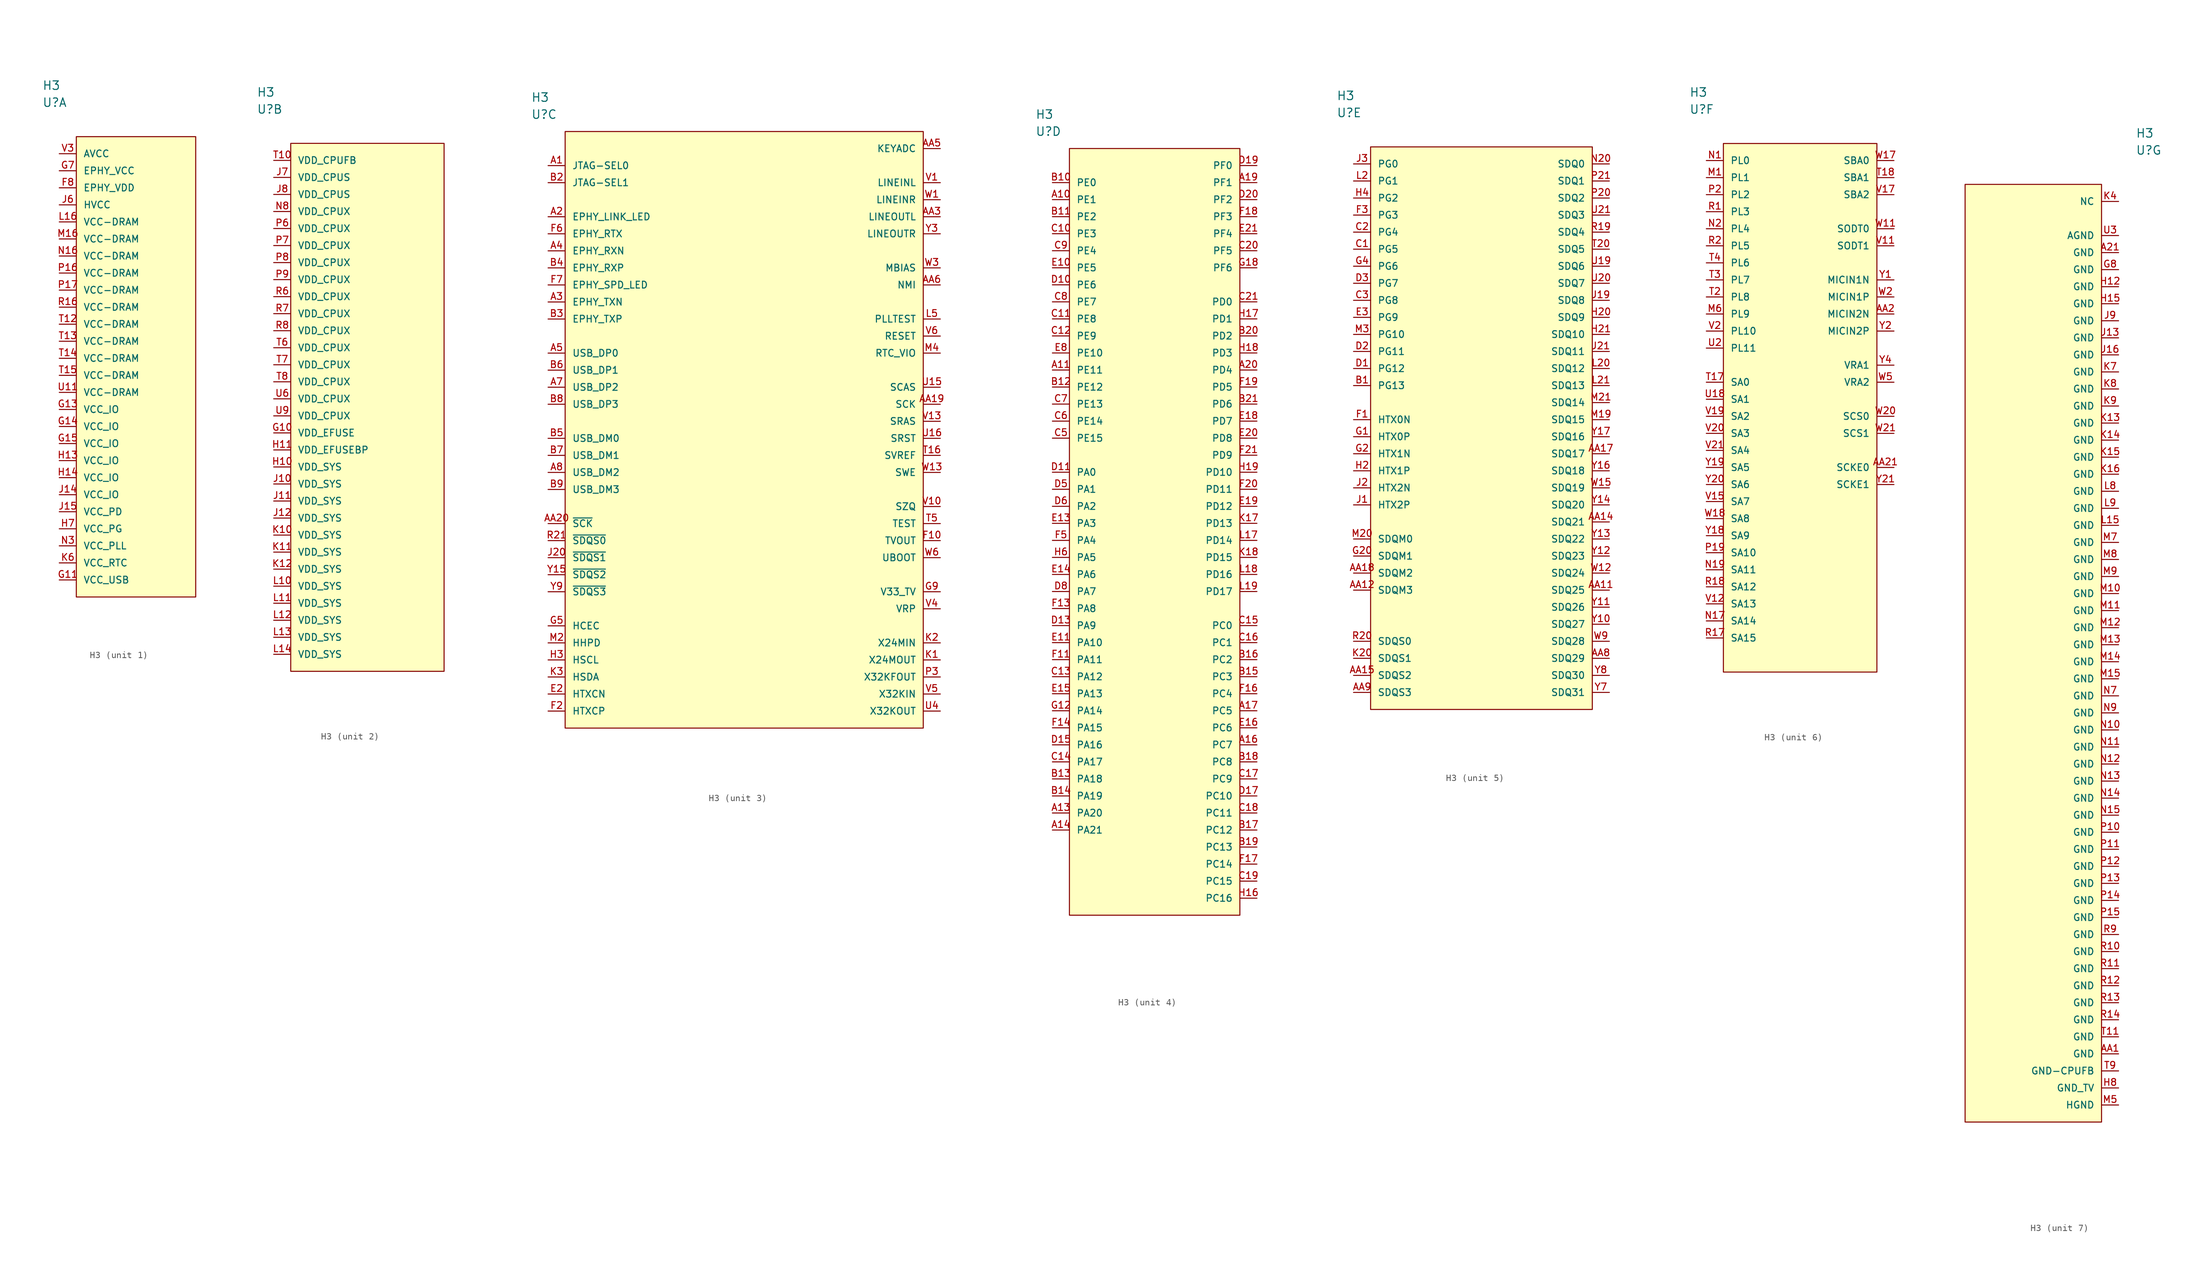
<source format=kicad_sym>
(kicad_symbol_lib
  (version 20211014)
  (generator kicad_symbol_editor)
  (symbol "H3"
    (pin_names
      (offset 1.016))
    (property "Reference" "U"
      (at 0 7.62 0)
      (effects (font (size 1.27 1.27)) (justify left)))
    (property "Value" "H3"
      (at 0 10.16 0)
      (effects (font (size 1.27 1.27)) (justify left)))
    (property "ki_locked" ""
      (at 0 0 0)
      (effects (font (size 1.27 1.27))))
    (symbol "H3_1_1"
      (rectangle (start 5.08 2.54) (end 22.86 -66.04) (stroke (width 0) (type default) (color 0 0 0 0)) (fill (type background)))
      (pin power_in line (at 2.54 -5.08 0) (length 2.54) (name "EPHY_VDD" (effects (font (size 1.016 1.016)))) (number "F8" (effects (font (size 1.016 1.016)))))
      (pin power_in line (at 2.54 -63.5 0) (length 2.54) (name "VCC_USB" (effects (font (size 1.016 1.016)))) (number "G11" (effects (font (size 1.016 1.016)))))
      (pin power_in line (at 2.54 -38.1 0) (length 2.54) (name "VCC_IO" (effects (font (size 1.016 1.016)))) (number "G13" (effects (font (size 1.016 1.016)))))
      (pin power_in line (at 2.54 -40.64 0) (length 2.54) (name "VCC_IO" (effects (font (size 1.016 1.016)))) (number "G14" (effects (font (size 1.016 1.016)))))
      (pin power_in line (at 2.54 -43.18 0) (length 2.54) (name "VCC_IO" (effects (font (size 1.016 1.016)))) (number "G15" (effects (font (size 1.016 1.016)))))
      (pin power_in line (at 2.54 -2.54 0) (length 2.54) (name "EPHY_VCC" (effects (font (size 1.016 1.016)))) (number "G7" (effects (font (size 1.016 1.016)))))
      (pin power_in line (at 2.54 -45.72 0) (length 2.54) (name "VCC_IO" (effects (font (size 1.016 1.016)))) (number "H13" (effects (font (size 1.016 1.016)))))
      (pin power_in line (at 2.54 -48.26 0) (length 2.54) (name "VCC_IO" (effects (font (size 1.016 1.016)))) (number "H14" (effects (font (size 1.016 1.016)))))
      (pin power_in line (at 2.54 -55.88 0) (length 2.54) (name "VCC_PG" (effects (font (size 1.016 1.016)))) (number "H7" (effects (font (size 1.016 1.016)))))
      (pin power_in line (at 2.54 -50.8 0) (length 2.54) (name "VCC_IO" (effects (font (size 1.016 1.016)))) (number "J14" (effects (font (size 1.016 1.016)))))
      (pin power_in line (at 2.54 -53.34 0) (length 2.54) (name "VCC_PD" (effects (font (size 1.016 1.016)))) (number "J15" (effects (font (size 1.016 1.016)))))
      (pin power_in line (at 2.54 -7.62 0) (length 2.54) (name "HVCC" (effects (font (size 1.016 1.016)))) (number "J6" (effects (font (size 1.016 1.016)))))
      (pin power_in line (at 2.54 -60.96 0) (length 2.54) (name "VCC_RTC" (effects (font (size 1.016 1.016)))) (number "K6" (effects (font (size 1.016 1.016)))))
      (pin power_in line (at 2.54 -10.16 0) (length 2.54) (name "VCC-DRAM" (effects (font (size 1.016 1.016)))) (number "L16" (effects (font (size 1.016 1.016)))))
      (pin power_in line (at 2.54 -12.7 0) (length 2.54) (name "VCC-DRAM" (effects (font (size 1.016 1.016)))) (number "M16" (effects (font (size 1.016 1.016)))))
      (pin power_in line (at 2.54 -15.24 0) (length 2.54) (name "VCC-DRAM" (effects (font (size 1.016 1.016)))) (number "N16" (effects (font (size 1.016 1.016)))))
      (pin power_in line (at 2.54 -58.42 0) (length 2.54) (name "VCC_PLL" (effects (font (size 1.016 1.016)))) (number "N3" (effects (font (size 1.016 1.016)))))
      (pin power_in line (at 2.54 -17.78 0) (length 2.54) (name "VCC-DRAM" (effects (font (size 1.016 1.016)))) (number "P16" (effects (font (size 1.016 1.016)))))
      (pin power_in line (at 2.54 -20.32 0) (length 2.54) (name "VCC-DRAM" (effects (font (size 1.016 1.016)))) (number "P17" (effects (font (size 1.016 1.016)))))
      (pin power_in line (at 2.54 -22.86 0) (length 2.54) (name "VCC-DRAM" (effects (font (size 1.016 1.016)))) (number "R16" (effects (font (size 1.016 1.016)))))
      (pin power_in line (at 2.54 -25.4 0) (length 2.54) (name "VCC-DRAM" (effects (font (size 1.016 1.016)))) (number "T12" (effects (font (size 1.016 1.016)))))
      (pin power_in line (at 2.54 -27.94 0) (length 2.54) (name "VCC-DRAM" (effects (font (size 1.016 1.016)))) (number "T13" (effects (font (size 1.016 1.016)))))
      (pin power_in line (at 2.54 -30.48 0) (length 2.54) (name "VCC-DRAM" (effects (font (size 1.016 1.016)))) (number "T14" (effects (font (size 1.016 1.016)))))
      (pin power_in line (at 2.54 -33.02 0) (length 2.54) (name "VCC-DRAM" (effects (font (size 1.016 1.016)))) (number "T15" (effects (font (size 1.016 1.016)))))
      (pin power_in line (at 2.54 -35.56 0) (length 2.54) (name "VCC-DRAM" (effects (font (size 1.016 1.016)))) (number "U11" (effects (font (size 1.016 1.016)))))
      (pin power_in line (at 2.54 0 0) (length 2.54) (name "AVCC" (effects (font (size 1.016 1.016)))) (number "V3" (effects (font (size 1.016 1.016))))))
    (symbol "H3_2_1"
      (rectangle (start 5.08 2.54) (end 27.94 -76.2) (stroke (width 0) (type default) (color 0 0 0 0)) (fill (type background)))
      (pin power_in line (at 2.54 -40.64 0) (length 2.54) (name "VDD_EFUSE" (effects (font (size 1.016 1.016)))) (number "G10" (effects (font (size 1.016 1.016)))))
      (pin power_in line (at 2.54 -45.72 0) (length 2.54) (name "VDD_SYS" (effects (font (size 1.016 1.016)))) (number "H10" (effects (font (size 1.016 1.016)))))
      (pin power_in line (at 2.54 -43.18 0) (length 2.54) (name "VDD_EFUSEBP" (effects (font (size 1.016 1.016)))) (number "H11" (effects (font (size 1.016 1.016)))))
      (pin power_in line (at 2.54 -48.26 0) (length 2.54) (name "VDD_SYS" (effects (font (size 1.016 1.016)))) (number "J10" (effects (font (size 1.016 1.016)))))
      (pin power_in line (at 2.54 -50.8 0) (length 2.54) (name "VDD_SYS" (effects (font (size 1.016 1.016)))) (number "J11" (effects (font (size 1.016 1.016)))))
      (pin power_in line (at 2.54 -53.34 0) (length 2.54) (name "VDD_SYS" (effects (font (size 1.016 1.016)))) (number "J12" (effects (font (size 1.016 1.016)))))
      (pin power_in line (at 2.54 -2.54 0) (length 2.54) (name "VDD_CPUS" (effects (font (size 1.016 1.016)))) (number "J7" (effects (font (size 1.016 1.016)))))
      (pin power_in line (at 2.54 -5.08 0) (length 2.54) (name "VDD_CPUS" (effects (font (size 1.016 1.016)))) (number "J8" (effects (font (size 1.016 1.016)))))
      (pin power_in line (at 2.54 -55.88 0) (length 2.54) (name "VDD_SYS" (effects (font (size 1.016 1.016)))) (number "K10" (effects (font (size 1.016 1.016)))))
      (pin power_in line (at 2.54 -58.42 0) (length 2.54) (name "VDD_SYS" (effects (font (size 1.016 1.016)))) (number "K11" (effects (font (size 1.016 1.016)))))
      (pin power_in line (at 2.54 -60.96 0) (length 2.54) (name "VDD_SYS" (effects (font (size 1.016 1.016)))) (number "K12" (effects (font (size 1.016 1.016)))))
      (pin power_in line (at 2.54 -63.5 0) (length 2.54) (name "VDD_SYS" (effects (font (size 1.016 1.016)))) (number "L10" (effects (font (size 1.016 1.016)))))
      (pin power_in line (at 2.54 -66.04 0) (length 2.54) (name "VDD_SYS" (effects (font (size 1.016 1.016)))) (number "L11" (effects (font (size 1.016 1.016)))))
      (pin power_in line (at 2.54 -68.58 0) (length 2.54) (name "VDD_SYS" (effects (font (size 1.016 1.016)))) (number "L12" (effects (font (size 1.016 1.016)))))
      (pin power_in line (at 2.54 -71.12 0) (length 2.54) (name "VDD_SYS" (effects (font (size 1.016 1.016)))) (number "L13" (effects (font (size 1.016 1.016)))))
      (pin power_in line (at 2.54 -73.66 0) (length 2.54) (name "VDD_SYS" (effects (font (size 1.016 1.016)))) (number "L14" (effects (font (size 1.016 1.016)))))
      (pin power_in line (at 2.54 -7.62 0) (length 2.54) (name "VDD_CPUX" (effects (font (size 1.016 1.016)))) (number "N8" (effects (font (size 1.016 1.016)))))
      (pin power_in line (at 2.54 -10.16 0) (length 2.54) (name "VDD_CPUX" (effects (font (size 1.016 1.016)))) (number "P6" (effects (font (size 1.016 1.016)))))
      (pin power_in line (at 2.54 -12.7 0) (length 2.54) (name "VDD_CPUX" (effects (font (size 1.016 1.016)))) (number "P7" (effects (font (size 1.016 1.016)))))
      (pin power_in line (at 2.54 -15.24 0) (length 2.54) (name "VDD_CPUX" (effects (font (size 1.016 1.016)))) (number "P8" (effects (font (size 1.016 1.016)))))
      (pin power_in line (at 2.54 -17.78 0) (length 2.54) (name "VDD_CPUX" (effects (font (size 1.016 1.016)))) (number "P9" (effects (font (size 1.016 1.016)))))
      (pin power_in line (at 2.54 -20.32 0) (length 2.54) (name "VDD_CPUX" (effects (font (size 1.016 1.016)))) (number "R6" (effects (font (size 1.016 1.016)))))
      (pin power_in line (at 2.54 -22.86 0) (length 2.54) (name "VDD_CPUX" (effects (font (size 1.016 1.016)))) (number "R7" (effects (font (size 1.016 1.016)))))
      (pin power_in line (at 2.54 -25.4 0) (length 2.54) (name "VDD_CPUX" (effects (font (size 1.016 1.016)))) (number "R8" (effects (font (size 1.016 1.016)))))
      (pin power_in line (at 2.54 0 0) (length 2.54) (name "VDD_CPUFB" (effects (font (size 1.016 1.016)))) (number "T10" (effects (font (size 1.016 1.016)))))
      (pin power_in line (at 2.54 -27.94 0) (length 2.54) (name "VDD_CPUX" (effects (font (size 1.016 1.016)))) (number "T6" (effects (font (size 1.016 1.016)))))
      (pin power_in line (at 2.54 -30.48 0) (length 2.54) (name "VDD_CPUX" (effects (font (size 1.016 1.016)))) (number "T7" (effects (font (size 1.016 1.016)))))
      (pin power_in line (at 2.54 -33.02 0) (length 2.54) (name "VDD_CPUX" (effects (font (size 1.016 1.016)))) (number "T8" (effects (font (size 1.016 1.016)))))
      (pin power_in line (at 2.54 -35.56 0) (length 2.54) (name "VDD_CPUX" (effects (font (size 1.016 1.016)))) (number "U6" (effects (font (size 1.016 1.016)))))
      (pin power_in line (at 2.54 -38.1 0) (length 2.54) (name "VDD_CPUX" (effects (font (size 1.016 1.016)))) (number "U9" (effects (font (size 1.016 1.016))))))
    (symbol "H3_3_1"
      (rectangle (start 5.08 5.08) (end 58.42 -83.82) (stroke (width 0) (type default) (color 0 0 0 0)) (fill (type background)))
      (pin input line (at 2.54 0 0) (length 2.54) (name "JTAG-SEL0" (effects (font (size 1.016 1.016)))) (number "A1" (effects (font (size 1.016 1.016)))))
      (pin output line (at 2.54 -7.62 0) (length 2.54) (name "EPHY_LINK_LED" (effects (font (size 1.016 1.016)))) (number "A2" (effects (font (size 1.016 1.016)))))
      (pin bidirectional line (at 2.54 -20.32 0) (length 2.54) (name "EPHY_TXN" (effects (font (size 1.016 1.016)))) (number "A3" (effects (font (size 1.016 1.016)))))
      (pin input line (at 2.54 -12.7 0) (length 2.54) (name "EPHY_RXN" (effects (font (size 1.016 1.016)))) (number "A4" (effects (font (size 1.016 1.016)))))
      (pin bidirectional line (at 2.54 -27.94 0) (length 2.54) (name "USB_DP0" (effects (font (size 1.016 1.016)))) (number "A5" (effects (font (size 1.016 1.016)))))
      (pin bidirectional line (at 2.54 -33.02 0) (length 2.54) (name "USB_DP2" (effects (font (size 1.016 1.016)))) (number "A7" (effects (font (size 1.016 1.016)))))
      (pin bidirectional line (at 2.54 -45.72 0) (length 2.54) (name "USB_DM2" (effects (font (size 1.016 1.016)))) (number "A8" (effects (font (size 1.016 1.016)))))
      (pin output line (at 60.96 -35.56 180) (length 2.54) (name "SCK" (effects (font (size 1.016 1.016)))) (number "AA19" (effects (font (size 1.016 1.016)))))
      (pin output line (at 2.54 -53.34 0) (length 2.54) (name "~{SCK}" (effects (font (size 1.016 1.016)))) (number "AA20" (effects (font (size 1.016 1.016)))))
      (pin output line (at 60.96 -7.62 180) (length 2.54) (name "LINEOUTL" (effects (font (size 1.016 1.016)))) (number "AA3" (effects (font (size 1.016 1.016)))))
      (pin input line (at 60.96 2.54 180) (length 2.54) (name "KEYADC" (effects (font (size 1.016 1.016)))) (number "AA5" (effects (font (size 1.016 1.016)))))
      (pin input line (at 60.96 -17.78 180) (length 2.54) (name "NMI" (effects (font (size 1.016 1.016)))) (number "AA6" (effects (font (size 1.016 1.016)))))
      (pin input line (at 2.54 -2.54 0) (length 2.54) (name "JTAG-SEL1" (effects (font (size 1.016 1.016)))) (number "B2" (effects (font (size 1.016 1.016)))))
      (pin bidirectional line (at 2.54 -22.86 0) (length 2.54) (name "EPHY_TXP" (effects (font (size 1.016 1.016)))) (number "B3" (effects (font (size 1.016 1.016)))))
      (pin input line (at 2.54 -15.24 0) (length 2.54) (name "EPHY_RXP" (effects (font (size 1.016 1.016)))) (number "B4" (effects (font (size 1.016 1.016)))))
      (pin bidirectional line (at 2.54 -40.64 0) (length 2.54) (name "USB_DM0" (effects (font (size 1.016 1.016)))) (number "B5" (effects (font (size 1.016 1.016)))))
      (pin bidirectional line (at 2.54 -30.48 0) (length 2.54) (name "USB_DP1" (effects (font (size 1.016 1.016)))) (number "B6" (effects (font (size 1.016 1.016)))))
      (pin bidirectional line (at 2.54 -43.18 0) (length 2.54) (name "USB_DM1" (effects (font (size 1.016 1.016)))) (number "B7" (effects (font (size 1.016 1.016)))))
      (pin bidirectional line (at 2.54 -35.56 0) (length 2.54) (name "USB_DP3" (effects (font (size 1.016 1.016)))) (number "B8" (effects (font (size 1.016 1.016)))))
      (pin bidirectional line (at 2.54 -48.26 0) (length 2.54) (name "USB_DM3" (effects (font (size 1.016 1.016)))) (number "B9" (effects (font (size 1.016 1.016)))))
      (pin output line (at 2.54 -78.74 0) (length 2.54) (name "HTXCN" (effects (font (size 1.016 1.016)))) (number "E2" (effects (font (size 1.016 1.016)))))
      (pin passive line (at 60.96 -55.88 180) (length 2.54) (name "TVOUT" (effects (font (size 1.016 1.016)))) (number "F10" (effects (font (size 1.016 1.016)))))
      (pin output line (at 2.54 -81.28 0) (length 2.54) (name "HTXCP" (effects (font (size 1.016 1.016)))) (number "F2" (effects (font (size 1.016 1.016)))))
      (pin input line (at 2.54 -10.16 0) (length 2.54) (name "EPHY_RTX" (effects (font (size 1.016 1.016)))) (number "F6" (effects (font (size 1.016 1.016)))))
      (pin output line (at 2.54 -17.78 0) (length 2.54) (name "EPHY_SPD_LED" (effects (font (size 1.016 1.016)))) (number "F7" (effects (font (size 1.016 1.016)))))
      (pin bidirectional line (at 2.54 -68.58 0) (length 2.54) (name "HCEC" (effects (font (size 1.016 1.016)))) (number "G5" (effects (font (size 1.016 1.016)))))
      (pin power_in line (at 60.96 -63.5 180) (length 2.54) (name "V33_TV" (effects (font (size 1.016 1.016)))) (number "G9" (effects (font (size 1.016 1.016)))))
      (pin output line (at 2.54 -73.66 0) (length 2.54) (name "HSCL" (effects (font (size 1.016 1.016)))) (number "H3" (effects (font (size 1.016 1.016)))))
      (pin bidirectional line (at 2.54 -58.42 0) (length 2.54) (name "~{SDQS1}" (effects (font (size 1.016 1.016)))) (number "J20" (effects (font (size 1.016 1.016)))))
      (pin output line (at 60.96 -73.66 180) (length 2.54) (name "X24MOUT" (effects (font (size 1.016 1.016)))) (number "K1" (effects (font (size 1.016 1.016)))))
      (pin input line (at 60.96 -71.12 180) (length 2.54) (name "X24MIN" (effects (font (size 1.016 1.016)))) (number "K2" (effects (font (size 1.016 1.016)))))
      (pin output line (at 2.54 -76.2 0) (length 2.54) (name "HSDA" (effects (font (size 1.016 1.016)))) (number "K3" (effects (font (size 1.016 1.016)))))
      (pin passive line (at 60.96 -22.86 180) (length 2.54) (name "PLLTEST" (effects (font (size 1.016 1.016)))) (number "L5" (effects (font (size 1.016 1.016)))))
      (pin bidirectional line (at 2.54 -71.12 0) (length 2.54) (name "HHPD" (effects (font (size 1.016 1.016)))) (number "M2" (effects (font (size 1.016 1.016)))))
      (pin power_in line (at 60.96 -27.94 180) (length 2.54) (name "RTC_VIO" (effects (font (size 1.016 1.016)))) (number "M4" (effects (font (size 1.016 1.016)))))
      (pin open_collector line (at 60.96 -76.2 180) (length 2.54) (name "X32KFOUT" (effects (font (size 1.016 1.016)))) (number "P3" (effects (font (size 1.016 1.016)))))
      (pin bidirectional line (at 2.54 -55.88 0) (length 2.54) (name "~{SDQS0}" (effects (font (size 1.016 1.016)))) (number "R21" (effects (font (size 1.016 1.016)))))
      (pin power_in line (at 60.96 -43.18 180) (length 2.54) (name "SVREF" (effects (font (size 1.016 1.016)))) (number "T16" (effects (font (size 1.016 1.016)))))
      (pin input line (at 60.96 -53.34 180) (length 2.54) (name "TEST" (effects (font (size 1.016 1.016)))) (number "T5" (effects (font (size 1.016 1.016)))))
      (pin output line (at 60.96 -33.02 180) (length 2.54) (name "SCAS" (effects (font (size 1.016 1.016)))) (number "U15" (effects (font (size 1.016 1.016)))))
      (pin output line (at 60.96 -40.64 180) (length 2.54) (name "SRST" (effects (font (size 1.016 1.016)))) (number "U16" (effects (font (size 1.016 1.016)))))
      (pin output line (at 60.96 -81.28 180) (length 2.54) (name "X32KOUT" (effects (font (size 1.016 1.016)))) (number "U4" (effects (font (size 1.016 1.016)))))
      (pin input line (at 60.96 -2.54 180) (length 2.54) (name "LINEINL" (effects (font (size 1.016 1.016)))) (number "V1" (effects (font (size 1.016 1.016)))))
      (pin passive line (at 60.96 -50.8 180) (length 2.54) (name "SZQ" (effects (font (size 1.016 1.016)))) (number "V10" (effects (font (size 1.016 1.016)))))
      (pin output line (at 60.96 -38.1 180) (length 2.54) (name "SRAS" (effects (font (size 1.016 1.016)))) (number "V13" (effects (font (size 1.016 1.016)))))
      (pin power_in line (at 60.96 -66.04 180) (length 2.54) (name "VRP" (effects (font (size 1.016 1.016)))) (number "V4" (effects (font (size 1.016 1.016)))))
      (pin input line (at 60.96 -78.74 180) (length 2.54) (name "X32KIN" (effects (font (size 1.016 1.016)))) (number "V5" (effects (font (size 1.016 1.016)))))
      (pin input line (at 60.96 -25.4 180) (length 2.54) (name "RESET" (effects (font (size 1.016 1.016)))) (number "V6" (effects (font (size 1.016 1.016)))))
      (pin input line (at 60.96 -5.08 180) (length 2.54) (name "LINEINR" (effects (font (size 1.016 1.016)))) (number "W1" (effects (font (size 1.016 1.016)))))
      (pin output line (at 60.96 -45.72 180) (length 2.54) (name "SWE" (effects (font (size 1.016 1.016)))) (number "W13" (effects (font (size 1.016 1.016)))))
      (pin output line (at 60.96 -15.24 180) (length 2.54) (name "MBIAS" (effects (font (size 1.016 1.016)))) (number "W3" (effects (font (size 1.016 1.016)))))
      (pin input line (at 60.96 -58.42 180) (length 2.54) (name "UBOOT" (effects (font (size 1.016 1.016)))) (number "W6" (effects (font (size 1.016 1.016)))))
      (pin bidirectional line (at 2.54 -60.96 0) (length 2.54) (name "~{SDQS2}" (effects (font (size 1.016 1.016)))) (number "Y15" (effects (font (size 1.016 1.016)))))
      (pin output line (at 60.96 -10.16 180) (length 2.54) (name "LINEOUTR" (effects (font (size 1.016 1.016)))) (number "Y3" (effects (font (size 1.016 1.016)))))
      (pin bidirectional line (at 2.54 -63.5 0) (length 2.54) (name "~{SDQS3}" (effects (font (size 1.016 1.016)))) (number "Y9" (effects (font (size 1.016 1.016))))))
    (symbol "H3_4_1"
      (rectangle (start 5.08 5.08) (end 30.48 -109.22) (stroke (width 0) (type default) (color 0 0 0 0)) (fill (type background)))
      (pin bidirectional line (at 2.54 -2.54 0) (length 2.54) (name "PE1" (effects (font (size 1.016 1.016)))) (number "A10" (effects (font (size 1.016 1.016)))))
      (pin bidirectional line (at 2.54 -27.94 0) (length 2.54) (name "PE11" (effects (font (size 1.016 1.016)))) (number "A11" (effects (font (size 1.016 1.016)))))
      (pin bidirectional line (at 2.54 -93.98 0) (length 2.54) (name "PA20" (effects (font (size 1.016 1.016)))) (number "A13" (effects (font (size 1.016 1.016)))))
      (pin bidirectional line (at 2.54 -96.52 0) (length 2.54) (name "PA21" (effects (font (size 1.016 1.016)))) (number "A14" (effects (font (size 1.016 1.016)))))
      (pin bidirectional line (at 33.02 -83.82 180) (length 2.54) (name "PC7" (effects (font (size 1.016 1.016)))) (number "A16" (effects (font (size 1.016 1.016)))))
      (pin bidirectional line (at 33.02 -78.74 180) (length 2.54) (name "PC5" (effects (font (size 1.016 1.016)))) (number "A17" (effects (font (size 1.016 1.016)))))
      (pin bidirectional line (at 33.02 0 180) (length 2.54) (name "PF1" (effects (font (size 1.016 1.016)))) (number "A19" (effects (font (size 1.016 1.016)))))
      (pin bidirectional line (at 33.02 -27.94 180) (length 2.54) (name "PD4" (effects (font (size 1.016 1.016)))) (number "A20" (effects (font (size 1.016 1.016)))))
      (pin bidirectional line (at 2.54 0 0) (length 2.54) (name "PE0" (effects (font (size 1.016 1.016)))) (number "B10" (effects (font (size 1.016 1.016)))))
      (pin bidirectional line (at 2.54 -5.08 0) (length 2.54) (name "PE2" (effects (font (size 1.016 1.016)))) (number "B11" (effects (font (size 1.016 1.016)))))
      (pin bidirectional line (at 2.54 -30.48 0) (length 2.54) (name "PE12" (effects (font (size 1.016 1.016)))) (number "B12" (effects (font (size 1.016 1.016)))))
      (pin bidirectional line (at 2.54 -88.9 0) (length 2.54) (name "PA18" (effects (font (size 1.016 1.016)))) (number "B13" (effects (font (size 1.016 1.016)))))
      (pin bidirectional line (at 2.54 -91.44 0) (length 2.54) (name "PA19" (effects (font (size 1.016 1.016)))) (number "B14" (effects (font (size 1.016 1.016)))))
      (pin bidirectional line (at 33.02 -73.66 180) (length 2.54) (name "PC3" (effects (font (size 1.016 1.016)))) (number "B15" (effects (font (size 1.016 1.016)))))
      (pin bidirectional line (at 33.02 -71.12 180) (length 2.54) (name "PC2" (effects (font (size 1.016 1.016)))) (number "B16" (effects (font (size 1.016 1.016)))))
      (pin bidirectional line (at 33.02 -96.52 180) (length 2.54) (name "PC12" (effects (font (size 1.016 1.016)))) (number "B17" (effects (font (size 1.016 1.016)))))
      (pin bidirectional line (at 33.02 -86.36 180) (length 2.54) (name "PC8" (effects (font (size 1.016 1.016)))) (number "B18" (effects (font (size 1.016 1.016)))))
      (pin bidirectional line (at 33.02 -99.06 180) (length 2.54) (name "PC13" (effects (font (size 1.016 1.016)))) (number "B19" (effects (font (size 1.016 1.016)))))
      (pin bidirectional line (at 33.02 -22.86 180) (length 2.54) (name "PD2" (effects (font (size 1.016 1.016)))) (number "B20" (effects (font (size 1.016 1.016)))))
      (pin bidirectional line (at 33.02 -33.02 180) (length 2.54) (name "PD6" (effects (font (size 1.016 1.016)))) (number "B21" (effects (font (size 1.016 1.016)))))
      (pin bidirectional line (at 2.54 -7.62 0) (length 2.54) (name "PE3" (effects (font (size 1.016 1.016)))) (number "C10" (effects (font (size 1.016 1.016)))))
      (pin bidirectional line (at 2.54 -20.32 0) (length 2.54) (name "PE8" (effects (font (size 1.016 1.016)))) (number "C11" (effects (font (size 1.016 1.016)))))
      (pin bidirectional line (at 2.54 -22.86 0) (length 2.54) (name "PE9" (effects (font (size 1.016 1.016)))) (number "C12" (effects (font (size 1.016 1.016)))))
      (pin bidirectional line (at 2.54 -73.66 0) (length 2.54) (name "PA12" (effects (font (size 1.016 1.016)))) (number "C13" (effects (font (size 1.016 1.016)))))
      (pin bidirectional line (at 2.54 -86.36 0) (length 2.54) (name "PA17" (effects (font (size 1.016 1.016)))) (number "C14" (effects (font (size 1.016 1.016)))))
      (pin bidirectional line (at 33.02 -66.04 180) (length 2.54) (name "PC0" (effects (font (size 1.016 1.016)))) (number "C15" (effects (font (size 1.016 1.016)))))
      (pin bidirectional line (at 33.02 -68.58 180) (length 2.54) (name "PC1" (effects (font (size 1.016 1.016)))) (number "C16" (effects (font (size 1.016 1.016)))))
      (pin bidirectional line (at 33.02 -88.9 180) (length 2.54) (name "PC9" (effects (font (size 1.016 1.016)))) (number "C17" (effects (font (size 1.016 1.016)))))
      (pin bidirectional line (at 33.02 -93.98 180) (length 2.54) (name "PC11" (effects (font (size 1.016 1.016)))) (number "C18" (effects (font (size 1.016 1.016)))))
      (pin bidirectional line (at 33.02 -104.14 180) (length 2.54) (name "PC15" (effects (font (size 1.016 1.016)))) (number "C19" (effects (font (size 1.016 1.016)))))
      (pin bidirectional line (at 33.02 -10.16 180) (length 2.54) (name "PF5" (effects (font (size 1.016 1.016)))) (number "C20" (effects (font (size 1.016 1.016)))))
      (pin bidirectional line (at 33.02 -17.78 180) (length 2.54) (name "PD0" (effects (font (size 1.016 1.016)))) (number "C21" (effects (font (size 1.016 1.016)))))
      (pin bidirectional line (at 2.54 -38.1 0) (length 2.54) (name "PE15" (effects (font (size 1.016 1.016)))) (number "C5" (effects (font (size 1.016 1.016)))))
      (pin bidirectional line (at 2.54 -35.56 0) (length 2.54) (name "PE14" (effects (font (size 1.016 1.016)))) (number "C6" (effects (font (size 1.016 1.016)))))
      (pin bidirectional line (at 2.54 -33.02 0) (length 2.54) (name "PE13" (effects (font (size 1.016 1.016)))) (number "C7" (effects (font (size 1.016 1.016)))))
      (pin bidirectional line (at 2.54 -17.78 0) (length 2.54) (name "PE7" (effects (font (size 1.016 1.016)))) (number "C8" (effects (font (size 1.016 1.016)))))
      (pin bidirectional line (at 2.54 -10.16 0) (length 2.54) (name "PE4" (effects (font (size 1.016 1.016)))) (number "C9" (effects (font (size 1.016 1.016)))))
      (pin bidirectional line (at 2.54 -15.24 0) (length 2.54) (name "PE6" (effects (font (size 1.016 1.016)))) (number "D10" (effects (font (size 1.016 1.016)))))
      (pin bidirectional line (at 2.54 -43.18 0) (length 2.54) (name "PA0" (effects (font (size 1.016 1.016)))) (number "D11" (effects (font (size 1.016 1.016)))))
      (pin bidirectional line (at 2.54 -66.04 0) (length 2.54) (name "PA9" (effects (font (size 1.016 1.016)))) (number "D13" (effects (font (size 1.016 1.016)))))
      (pin bidirectional line (at 2.54 -83.82 0) (length 2.54) (name "PA16" (effects (font (size 1.016 1.016)))) (number "D15" (effects (font (size 1.016 1.016)))))
      (pin bidirectional line (at 33.02 -91.44 180) (length 2.54) (name "PC10" (effects (font (size 1.016 1.016)))) (number "D17" (effects (font (size 1.016 1.016)))))
      (pin bidirectional line (at 33.02 2.54 180) (length 2.54) (name "PF0" (effects (font (size 1.016 1.016)))) (number "D19" (effects (font (size 1.016 1.016)))))
      (pin bidirectional line (at 33.02 -2.54 180) (length 2.54) (name "PF2" (effects (font (size 1.016 1.016)))) (number "D20" (effects (font (size 1.016 1.016)))))
      (pin bidirectional line (at 2.54 -45.72 0) (length 2.54) (name "PA1" (effects (font (size 1.016 1.016)))) (number "D5" (effects (font (size 1.016 1.016)))))
      (pin bidirectional line (at 2.54 -48.26 0) (length 2.54) (name "PA2" (effects (font (size 1.016 1.016)))) (number "D6" (effects (font (size 1.016 1.016)))))
      (pin bidirectional line (at 2.54 -60.96 0) (length 2.54) (name "PA7" (effects (font (size 1.016 1.016)))) (number "D8" (effects (font (size 1.016 1.016)))))
      (pin bidirectional line (at 2.54 -12.7 0) (length 2.54) (name "PE5" (effects (font (size 1.016 1.016)))) (number "E10" (effects (font (size 1.016 1.016)))))
      (pin bidirectional line (at 2.54 -68.58 0) (length 2.54) (name "PA10" (effects (font (size 1.016 1.016)))) (number "E11" (effects (font (size 1.016 1.016)))))
      (pin bidirectional line (at 2.54 -50.8 0) (length 2.54) (name "PA3" (effects (font (size 1.016 1.016)))) (number "E13" (effects (font (size 1.016 1.016)))))
      (pin bidirectional line (at 2.54 -58.42 0) (length 2.54) (name "PA6" (effects (font (size 1.016 1.016)))) (number "E14" (effects (font (size 1.016 1.016)))))
      (pin bidirectional line (at 2.54 -76.2 0) (length 2.54) (name "PA13" (effects (font (size 1.016 1.016)))) (number "E15" (effects (font (size 1.016 1.016)))))
      (pin bidirectional line (at 33.02 -81.28 180) (length 2.54) (name "PC6" (effects (font (size 1.016 1.016)))) (number "E16" (effects (font (size 1.016 1.016)))))
      (pin bidirectional line (at 33.02 -35.56 180) (length 2.54) (name "PD7" (effects (font (size 1.016 1.016)))) (number "E18" (effects (font (size 1.016 1.016)))))
      (pin bidirectional line (at 33.02 -48.26 180) (length 2.54) (name "PD12" (effects (font (size 1.016 1.016)))) (number "E19" (effects (font (size 1.016 1.016)))))
      (pin bidirectional line (at 33.02 -38.1 180) (length 2.54) (name "PD8" (effects (font (size 1.016 1.016)))) (number "E20" (effects (font (size 1.016 1.016)))))
      (pin bidirectional line (at 33.02 -7.62 180) (length 2.54) (name "PF4" (effects (font (size 1.016 1.016)))) (number "E21" (effects (font (size 1.016 1.016)))))
      (pin bidirectional line (at 2.54 -25.4 0) (length 2.54) (name "PE10" (effects (font (size 1.016 1.016)))) (number "E8" (effects (font (size 1.016 1.016)))))
      (pin bidirectional line (at 2.54 -71.12 0) (length 2.54) (name "PA11" (effects (font (size 1.016 1.016)))) (number "F11" (effects (font (size 1.016 1.016)))))
      (pin bidirectional line (at 2.54 -63.5 0) (length 2.54) (name "PA8" (effects (font (size 1.016 1.016)))) (number "F13" (effects (font (size 1.016 1.016)))))
      (pin bidirectional line (at 2.54 -81.28 0) (length 2.54) (name "PA15" (effects (font (size 1.016 1.016)))) (number "F14" (effects (font (size 1.016 1.016)))))
      (pin bidirectional line (at 33.02 -76.2 180) (length 2.54) (name "PC4" (effects (font (size 1.016 1.016)))) (number "F16" (effects (font (size 1.016 1.016)))))
      (pin bidirectional line (at 33.02 -101.6 180) (length 2.54) (name "PC14" (effects (font (size 1.016 1.016)))) (number "F17" (effects (font (size 1.016 1.016)))))
      (pin bidirectional line (at 33.02 -5.08 180) (length 2.54) (name "PF3" (effects (font (size 1.016 1.016)))) (number "F18" (effects (font (size 1.016 1.016)))))
      (pin bidirectional line (at 33.02 -30.48 180) (length 2.54) (name "PD5" (effects (font (size 1.016 1.016)))) (number "F19" (effects (font (size 1.016 1.016)))))
      (pin bidirectional line (at 33.02 -45.72 180) (length 2.54) (name "PD11" (effects (font (size 1.016 1.016)))) (number "F20" (effects (font (size 1.016 1.016)))))
      (pin bidirectional line (at 33.02 -40.64 180) (length 2.54) (name "PD9" (effects (font (size 1.016 1.016)))) (number "F21" (effects (font (size 1.016 1.016)))))
      (pin bidirectional line (at 2.54 -53.34 0) (length 2.54) (name "PA4" (effects (font (size 1.016 1.016)))) (number "F5" (effects (font (size 1.016 1.016)))))
      (pin bidirectional line (at 2.54 -78.74 0) (length 2.54) (name "PA14" (effects (font (size 1.016 1.016)))) (number "G12" (effects (font (size 1.016 1.016)))))
      (pin bidirectional line (at 33.02 -12.7 180) (length 2.54) (name "PF6" (effects (font (size 1.016 1.016)))) (number "G18" (effects (font (size 1.016 1.016)))))
      (pin bidirectional line (at 33.02 -106.68 180) (length 2.54) (name "PC16" (effects (font (size 1.016 1.016)))) (number "H16" (effects (font (size 1.016 1.016)))))
      (pin bidirectional line (at 33.02 -20.32 180) (length 2.54) (name "PD1" (effects (font (size 1.016 1.016)))) (number "H17" (effects (font (size 1.016 1.016)))))
      (pin bidirectional line (at 33.02 -25.4 180) (length 2.54) (name "PD3" (effects (font (size 1.016 1.016)))) (number "H18" (effects (font (size 1.016 1.016)))))
      (pin bidirectional line (at 33.02 -43.18 180) (length 2.54) (name "PD10" (effects (font (size 1.016 1.016)))) (number "H19" (effects (font (size 1.016 1.016)))))
      (pin bidirectional line (at 2.54 -55.88 0) (length 2.54) (name "PA5" (effects (font (size 1.016 1.016)))) (number "H6" (effects (font (size 1.016 1.016)))))
      (pin bidirectional line (at 33.02 -50.8 180) (length 2.54) (name "PD13" (effects (font (size 1.016 1.016)))) (number "K17" (effects (font (size 1.016 1.016)))))
      (pin bidirectional line (at 33.02 -55.88 180) (length 2.54) (name "PD15" (effects (font (size 1.016 1.016)))) (number "K18" (effects (font (size 1.016 1.016)))))
      (pin bidirectional line (at 33.02 -53.34 180) (length 2.54) (name "PD14" (effects (font (size 1.016 1.016)))) (number "L17" (effects (font (size 1.016 1.016)))))
      (pin bidirectional line (at 33.02 -58.42 180) (length 2.54) (name "PD16" (effects (font (size 1.016 1.016)))) (number "L18" (effects (font (size 1.016 1.016)))))
      (pin bidirectional line (at 33.02 -60.96 180) (length 2.54) (name "PD17" (effects (font (size 1.016 1.016)))) (number "L19" (effects (font (size 1.016 1.016))))))
    (symbol "H3_5_1"
      (rectangle (start 5.08 2.54) (end 38.1 -81.28) (stroke (width 0) (type default) (color 0 0 0 0)) (fill (type background)))
      (pin bidirectional line (at 40.64 -63.5 180) (length 2.54) (name "SDQ25" (effects (font (size 1.016 1.016)))) (number "AA11" (effects (font (size 1.016 1.016)))))
      (pin output line (at 2.54 -63.5 0) (length 2.54) (name "SDQM3" (effects (font (size 1.016 1.016)))) (number "AA12" (effects (font (size 1.016 1.016)))))
      (pin bidirectional line (at 40.64 -53.34 180) (length 2.54) (name "SDQ21" (effects (font (size 1.016 1.016)))) (number "AA14" (effects (font (size 1.016 1.016)))))
      (pin bidirectional line (at 2.54 -76.2 0) (length 2.54) (name "SDQS2" (effects (font (size 1.016 1.016)))) (number "AA15" (effects (font (size 1.016 1.016)))))
      (pin bidirectional line (at 40.64 -43.18 180) (length 2.54) (name "SDQ17" (effects (font (size 1.016 1.016)))) (number "AA17" (effects (font (size 1.016 1.016)))))
      (pin output line (at 2.54 -60.96 0) (length 2.54) (name "SDQM2" (effects (font (size 1.016 1.016)))) (number "AA18" (effects (font (size 1.016 1.016)))))
      (pin bidirectional line (at 40.64 -73.66 180) (length 2.54) (name "SDQ29" (effects (font (size 1.016 1.016)))) (number "AA8" (effects (font (size 1.016 1.016)))))
      (pin bidirectional line (at 2.54 -78.74 0) (length 2.54) (name "SDQS3" (effects (font (size 1.016 1.016)))) (number "AA9" (effects (font (size 1.016 1.016)))))
      (pin bidirectional line (at 2.54 -33.02 0) (length 2.54) (name "PG13" (effects (font (size 1.016 1.016)))) (number "B1" (effects (font (size 1.016 1.016)))))
      (pin bidirectional line (at 2.54 -12.7 0) (length 2.54) (name "PG5" (effects (font (size 1.016 1.016)))) (number "C1" (effects (font (size 1.016 1.016)))))
      (pin bidirectional line (at 2.54 -10.16 0) (length 2.54) (name "PG4" (effects (font (size 1.016 1.016)))) (number "C2" (effects (font (size 1.016 1.016)))))
      (pin bidirectional line (at 2.54 -20.32 0) (length 2.54) (name "PG8" (effects (font (size 1.016 1.016)))) (number "C3" (effects (font (size 1.016 1.016)))))
      (pin bidirectional line (at 2.54 -30.48 0) (length 2.54) (name "PG12" (effects (font (size 1.016 1.016)))) (number "D1" (effects (font (size 1.016 1.016)))))
      (pin bidirectional line (at 2.54 -27.94 0) (length 2.54) (name "PG11" (effects (font (size 1.016 1.016)))) (number "D2" (effects (font (size 1.016 1.016)))))
      (pin bidirectional line (at 2.54 -17.78 0) (length 2.54) (name "PG7" (effects (font (size 1.016 1.016)))) (number "D3" (effects (font (size 1.016 1.016)))))
      (pin bidirectional line (at 2.54 -22.86 0) (length 2.54) (name "PG9" (effects (font (size 1.016 1.016)))) (number "E3" (effects (font (size 1.016 1.016)))))
      (pin output line (at 2.54 -38.1 0) (length 2.54) (name "HTX0N" (effects (font (size 1.016 1.016)))) (number "F1" (effects (font (size 1.016 1.016)))))
      (pin bidirectional line (at 2.54 -7.62 0) (length 2.54) (name "PG3" (effects (font (size 1.016 1.016)))) (number "F3" (effects (font (size 1.016 1.016)))))
      (pin output line (at 2.54 -40.64 0) (length 2.54) (name "HTX0P" (effects (font (size 1.016 1.016)))) (number "G1" (effects (font (size 1.016 1.016)))))
      (pin output line (at 2.54 -43.18 0) (length 2.54) (name "HTX1N" (effects (font (size 1.016 1.016)))) (number "G2" (effects (font (size 1.016 1.016)))))
      (pin output line (at 2.54 -58.42 0) (length 2.54) (name "SDQM1" (effects (font (size 1.016 1.016)))) (number "G20" (effects (font (size 1.016 1.016)))))
      (pin bidirectional line (at 2.54 -15.24 0) (length 2.54) (name "PG6" (effects (font (size 1.016 1.016)))) (number "G4" (effects (font (size 1.016 1.016)))))
      (pin output line (at 2.54 -45.72 0) (length 2.54) (name "HTX1P" (effects (font (size 1.016 1.016)))) (number "H2" (effects (font (size 1.016 1.016)))))
      (pin bidirectional line (at 40.64 -22.86 180) (length 2.54) (name "SDQ9" (effects (font (size 1.016 1.016)))) (number "H20" (effects (font (size 1.016 1.016)))))
      (pin bidirectional line (at 40.64 -25.4 180) (length 2.54) (name "SDQ10" (effects (font (size 1.016 1.016)))) (number "H21" (effects (font (size 1.016 1.016)))))
      (pin bidirectional line (at 2.54 -5.08 0) (length 2.54) (name "PG2" (effects (font (size 1.016 1.016)))) (number "H4" (effects (font (size 1.016 1.016)))))
      (pin output line (at 2.54 -50.8 0) (length 2.54) (name "HTX2P" (effects (font (size 1.016 1.016)))) (number "J1" (effects (font (size 1.016 1.016)))))
      (pin bidirectional line (at 40.64 -20.32 180) (length 2.54) (name "SDQ8" (effects (font (size 1.016 1.016)))) (number "J19" (effects (font (size 1.016 1.016)))))
      (pin output line (at 2.54 -48.26 0) (length 2.54) (name "HTX2N" (effects (font (size 1.016 1.016)))) (number "J2" (effects (font (size 1.016 1.016)))))
      (pin bidirectional line (at 40.64 -27.94 180) (length 2.54) (name "SDQ11" (effects (font (size 1.016 1.016)))) (number "J21" (effects (font (size 1.016 1.016)))))
      (pin bidirectional line (at 2.54 0 0) (length 2.54) (name "PG0" (effects (font (size 1.016 1.016)))) (number "J3" (effects (font (size 1.016 1.016)))))
      (pin bidirectional line (at 2.54 -73.66 0) (length 2.54) (name "SDQS1" (effects (font (size 1.016 1.016)))) (number "K20" (effects (font (size 1.016 1.016)))))
      (pin bidirectional line (at 2.54 -2.54 0) (length 2.54) (name "PG1" (effects (font (size 1.016 1.016)))) (number "L2" (effects (font (size 1.016 1.016)))))
      (pin bidirectional line (at 40.64 -30.48 180) (length 2.54) (name "SDQ12" (effects (font (size 1.016 1.016)))) (number "L20" (effects (font (size 1.016 1.016)))))
      (pin bidirectional line (at 40.64 -33.02 180) (length 2.54) (name "SDQ13" (effects (font (size 1.016 1.016)))) (number "L21" (effects (font (size 1.016 1.016)))))
      (pin bidirectional line (at 40.64 -38.1 180) (length 2.54) (name "SDQ15" (effects (font (size 1.016 1.016)))) (number "M19" (effects (font (size 1.016 1.016)))))
      (pin output line (at 2.54 -55.88 0) (length 2.54) (name "SDQM0" (effects (font (size 1.016 1.016)))) (number "M20" (effects (font (size 1.016 1.016)))))
      (pin bidirectional line (at 40.64 -35.56 180) (length 2.54) (name "SDQ14" (effects (font (size 1.016 1.016)))) (number "M21" (effects (font (size 1.016 1.016)))))
      (pin bidirectional line (at 2.54 -25.4 0) (length 2.54) (name "PG10" (effects (font (size 1.016 1.016)))) (number "M3" (effects (font (size 1.016 1.016)))))
      (pin bidirectional line (at 40.64 0 180) (length 2.54) (name "SDQ0" (effects (font (size 1.016 1.016)))) (number "N20" (effects (font (size 1.016 1.016)))))
      (pin bidirectional line (at 40.64 -5.08 180) (length 2.54) (name "SDQ2" (effects (font (size 1.016 1.016)))) (number "P20" (effects (font (size 1.016 1.016)))))
      (pin bidirectional line (at 40.64 -2.54 180) (length 2.54) (name "SDQ1" (effects (font (size 1.016 1.016)))) (number "P21" (effects (font (size 1.016 1.016)))))
      (pin bidirectional line (at 40.64 -10.16 180) (length 2.54) (name "SDQ4" (effects (font (size 1.016 1.016)))) (number "R19" (effects (font (size 1.016 1.016)))))
      (pin bidirectional line (at 2.54 -71.12 0) (length 2.54) (name "SDQS0" (effects (font (size 1.016 1.016)))) (number "R20" (effects (font (size 1.016 1.016)))))
      (pin bidirectional line (at 40.64 -12.7 180) (length 2.54) (name "SDQ5" (effects (font (size 1.016 1.016)))) (number "T20" (effects (font (size 1.016 1.016)))))
      (pin bidirectional line (at 40.64 -15.24 180) (length 2.54) (name "SDQ6" (effects (font (size 1.016 1.016)))) (number "U19" (effects (font (size 1.016 1.016)))))
      (pin bidirectional line (at 40.64 -17.78 180) (length 2.54) (name "SDQ7" (effects (font (size 1.016 1.016)))) (number "U20" (effects (font (size 1.016 1.016)))))
      (pin bidirectional line (at 40.64 -7.62 180) (length 2.54) (name "SDQ3" (effects (font (size 1.016 1.016)))) (number "U21" (effects (font (size 1.016 1.016)))))
      (pin bidirectional line (at 40.64 -60.96 180) (length 2.54) (name "SDQ24" (effects (font (size 1.016 1.016)))) (number "W12" (effects (font (size 1.016 1.016)))))
      (pin bidirectional line (at 40.64 -48.26 180) (length 2.54) (name "SDQ19" (effects (font (size 1.016 1.016)))) (number "W15" (effects (font (size 1.016 1.016)))))
      (pin bidirectional line (at 40.64 -71.12 180) (length 2.54) (name "SDQ28" (effects (font (size 1.016 1.016)))) (number "W9" (effects (font (size 1.016 1.016)))))
      (pin bidirectional line (at 40.64 -68.58 180) (length 2.54) (name "SDQ27" (effects (font (size 1.016 1.016)))) (number "Y10" (effects (font (size 1.016 1.016)))))
      (pin bidirectional line (at 40.64 -66.04 180) (length 2.54) (name "SDQ26" (effects (font (size 1.016 1.016)))) (number "Y11" (effects (font (size 1.016 1.016)))))
      (pin bidirectional line (at 40.64 -58.42 180) (length 2.54) (name "SDQ23" (effects (font (size 1.016 1.016)))) (number "Y12" (effects (font (size 1.016 1.016)))))
      (pin bidirectional line (at 40.64 -55.88 180) (length 2.54) (name "SDQ22" (effects (font (size 1.016 1.016)))) (number "Y13" (effects (font (size 1.016 1.016)))))
      (pin bidirectional line (at 40.64 -50.8 180) (length 2.54) (name "SDQ20" (effects (font (size 1.016 1.016)))) (number "Y14" (effects (font (size 1.016 1.016)))))
      (pin bidirectional line (at 40.64 -45.72 180) (length 2.54) (name "SDQ18" (effects (font (size 1.016 1.016)))) (number "Y16" (effects (font (size 1.016 1.016)))))
      (pin bidirectional line (at 40.64 -40.64 180) (length 2.54) (name "SDQ16" (effects (font (size 1.016 1.016)))) (number "Y17" (effects (font (size 1.016 1.016)))))
      (pin bidirectional line (at 40.64 -78.74 180) (length 2.54) (name "SDQ31" (effects (font (size 1.016 1.016)))) (number "Y7" (effects (font (size 1.016 1.016)))))
      (pin bidirectional line (at 40.64 -76.2 180) (length 2.54) (name "SDQ30" (effects (font (size 1.016 1.016)))) (number "Y8" (effects (font (size 1.016 1.016))))))
    (symbol "H3_6_1"
      (rectangle (start 5.08 2.54) (end 27.94 -76.2) (stroke (width 0) (type default) (color 0 0 0 0)) (fill (type background)))
      (pin input line (at 30.48 -22.86 180) (length 2.54) (name "MICIN2N" (effects (font (size 1.016 1.016)))) (number "AA2" (effects (font (size 1.016 1.016)))))
      (pin output line (at 30.48 -45.72 180) (length 2.54) (name "SCKE0" (effects (font (size 1.016 1.016)))) (number "AA21" (effects (font (size 1.016 1.016)))))
      (pin bidirectional line (at 2.54 -2.54 0) (length 2.54) (name "PL1" (effects (font (size 1.016 1.016)))) (number "M1" (effects (font (size 1.016 1.016)))))
      (pin bidirectional line (at 2.54 -22.86 0) (length 2.54) (name "PL9" (effects (font (size 1.016 1.016)))) (number "M6" (effects (font (size 1.016 1.016)))))
      (pin bidirectional line (at 2.54 0 0) (length 2.54) (name "PL0" (effects (font (size 1.016 1.016)))) (number "N1" (effects (font (size 1.016 1.016)))))
      (pin bidirectional line (at 2.54 -68.58 0) (length 2.54) (name "SA14" (effects (font (size 1.016 1.016)))) (number "N17" (effects (font (size 1.016 1.016)))))
      (pin bidirectional line (at 2.54 -60.96 0) (length 2.54) (name "SA11" (effects (font (size 1.016 1.016)))) (number "N19" (effects (font (size 1.016 1.016)))))
      (pin bidirectional line (at 2.54 -10.16 0) (length 2.54) (name "PL4" (effects (font (size 1.016 1.016)))) (number "N2" (effects (font (size 1.016 1.016)))))
      (pin bidirectional line (at 2.54 -58.42 0) (length 2.54) (name "SA10" (effects (font (size 1.016 1.016)))) (number "P19" (effects (font (size 1.016 1.016)))))
      (pin bidirectional line (at 2.54 -5.08 0) (length 2.54) (name "PL2" (effects (font (size 1.016 1.016)))) (number "P2" (effects (font (size 1.016 1.016)))))
      (pin bidirectional line (at 2.54 -7.62 0) (length 2.54) (name "PL3" (effects (font (size 1.016 1.016)))) (number "R1" (effects (font (size 1.016 1.016)))))
      (pin bidirectional line (at 2.54 -71.12 0) (length 2.54) (name "SA15" (effects (font (size 1.016 1.016)))) (number "R17" (effects (font (size 1.016 1.016)))))
      (pin bidirectional line (at 2.54 -63.5 0) (length 2.54) (name "SA12" (effects (font (size 1.016 1.016)))) (number "R18" (effects (font (size 1.016 1.016)))))
      (pin bidirectional line (at 2.54 -12.7 0) (length 2.54) (name "PL5" (effects (font (size 1.016 1.016)))) (number "R2" (effects (font (size 1.016 1.016)))))
      (pin bidirectional line (at 2.54 -33.02 0) (length 2.54) (name "SA0" (effects (font (size 1.016 1.016)))) (number "T17" (effects (font (size 1.016 1.016)))))
      (pin bidirectional line (at 30.48 -2.54 180) (length 2.54) (name "SBA1" (effects (font (size 1.016 1.016)))) (number "T18" (effects (font (size 1.016 1.016)))))
      (pin bidirectional line (at 2.54 -20.32 0) (length 2.54) (name "PL8" (effects (font (size 1.016 1.016)))) (number "T2" (effects (font (size 1.016 1.016)))))
      (pin bidirectional line (at 2.54 -17.78 0) (length 2.54) (name "PL7" (effects (font (size 1.016 1.016)))) (number "T3" (effects (font (size 1.016 1.016)))))
      (pin bidirectional line (at 2.54 -15.24 0) (length 2.54) (name "PL6" (effects (font (size 1.016 1.016)))) (number "T4" (effects (font (size 1.016 1.016)))))
      (pin bidirectional line (at 2.54 -35.56 0) (length 2.54) (name "SA1" (effects (font (size 1.016 1.016)))) (number "U18" (effects (font (size 1.016 1.016)))))
      (pin bidirectional line (at 2.54 -27.94 0) (length 2.54) (name "PL11" (effects (font (size 1.016 1.016)))) (number "U2" (effects (font (size 1.016 1.016)))))
      (pin output line (at 30.48 -12.7 180) (length 2.54) (name "SODT1" (effects (font (size 1.016 1.016)))) (number "V11" (effects (font (size 1.016 1.016)))))
      (pin bidirectional line (at 2.54 -66.04 0) (length 2.54) (name "SA13" (effects (font (size 1.016 1.016)))) (number "V12" (effects (font (size 1.016 1.016)))))
      (pin bidirectional line (at 2.54 -50.8 0) (length 2.54) (name "SA7" (effects (font (size 1.016 1.016)))) (number "V15" (effects (font (size 1.016 1.016)))))
      (pin output line (at 30.48 -5.08 180) (length 2.54) (name "SBA2" (effects (font (size 1.016 1.016)))) (number "V17" (effects (font (size 1.016 1.016)))))
      (pin bidirectional line (at 2.54 -38.1 0) (length 2.54) (name "SA2" (effects (font (size 1.016 1.016)))) (number "V19" (effects (font (size 1.016 1.016)))))
      (pin bidirectional line (at 2.54 -25.4 0) (length 2.54) (name "PL10" (effects (font (size 1.016 1.016)))) (number "V2" (effects (font (size 1.016 1.016)))))
      (pin bidirectional line (at 2.54 -40.64 0) (length 2.54) (name "SA3" (effects (font (size 1.016 1.016)))) (number "V20" (effects (font (size 1.016 1.016)))))
      (pin bidirectional line (at 2.54 -43.18 0) (length 2.54) (name "SA4" (effects (font (size 1.016 1.016)))) (number "V21" (effects (font (size 1.016 1.016)))))
      (pin output line (at 30.48 -10.16 180) (length 2.54) (name "SODT0" (effects (font (size 1.016 1.016)))) (number "W11" (effects (font (size 1.016 1.016)))))
      (pin output line (at 30.48 0 180) (length 2.54) (name "SBA0" (effects (font (size 1.016 1.016)))) (number "W17" (effects (font (size 1.016 1.016)))))
      (pin bidirectional line (at 2.54 -53.34 0) (length 2.54) (name "SA8" (effects (font (size 1.016 1.016)))) (number "W18" (effects (font (size 1.016 1.016)))))
      (pin input line (at 30.48 -20.32 180) (length 2.54) (name "MICIN1P" (effects (font (size 1.016 1.016)))) (number "W2" (effects (font (size 1.016 1.016)))))
      (pin output line (at 30.48 -38.1 180) (length 2.54) (name "SCS0" (effects (font (size 1.016 1.016)))) (number "W20" (effects (font (size 1.016 1.016)))))
      (pin output line (at 30.48 -40.64 180) (length 2.54) (name "SCS1" (effects (font (size 1.016 1.016)))) (number "W21" (effects (font (size 1.016 1.016)))))
      (pin power_in line (at 30.48 -33.02 180) (length 2.54) (name "VRA2" (effects (font (size 1.016 1.016)))) (number "W5" (effects (font (size 1.016 1.016)))))
      (pin input line (at 30.48 -17.78 180) (length 2.54) (name "MICIN1N" (effects (font (size 1.016 1.016)))) (number "Y1" (effects (font (size 1.016 1.016)))))
      (pin bidirectional line (at 2.54 -55.88 0) (length 2.54) (name "SA9" (effects (font (size 1.016 1.016)))) (number "Y18" (effects (font (size 1.016 1.016)))))
      (pin bidirectional line (at 2.54 -45.72 0) (length 2.54) (name "SA5" (effects (font (size 1.016 1.016)))) (number "Y19" (effects (font (size 1.016 1.016)))))
      (pin input line (at 30.48 -25.4 180) (length 2.54) (name "MICIN2P" (effects (font (size 1.016 1.016)))) (number "Y2" (effects (font (size 1.016 1.016)))))
      (pin bidirectional line (at 2.54 -48.26 0) (length 2.54) (name "SA6" (effects (font (size 1.016 1.016)))) (number "Y20" (effects (font (size 1.016 1.016)))))
      (pin output line (at 30.48 -48.26 180) (length 2.54) (name "SCKE1" (effects (font (size 1.016 1.016)))) (number "Y21" (effects (font (size 1.016 1.016)))))
      (pin power_in line (at 30.48 -30.48 180) (length 2.54) (name "VRA1" (effects (font (size 1.016 1.016)))) (number "Y4" (effects (font (size 1.016 1.016))))))
    (symbol "H3_7_1"
      (rectangle (start -25.4 2.54) (end -5.08 -137.16) (stroke (width 0) (type default) (color 0 0 0 0)) (fill (type background)))
      (pin power_in line (at -2.54 -7.62 180) (length 2.54) (name "GND" (effects (font (size 1.016 1.016)))) (number "A21" (effects (font (size 1.016 1.016)))))
      (pin power_in line (at -2.54 -127 180) (length 2.54) (name "GND" (effects (font (size 1.016 1.016)))) (number "AA1" (effects (font (size 1.016 1.016)))))
      (pin power_in line (at -2.54 -10.16 180) (length 2.54) (name "GND" (effects (font (size 1.016 1.016)))) (number "G8" (effects (font (size 1.016 1.016)))))
      (pin power_in line (at -2.54 -12.7 180) (length 2.54) (name "GND" (effects (font (size 1.016 1.016)))) (number "H12" (effects (font (size 1.016 1.016)))))
      (pin power_in line (at -2.54 -15.24 180) (length 2.54) (name "GND" (effects (font (size 1.016 1.016)))) (number "H15" (effects (font (size 1.016 1.016)))))
      (pin power_in line (at -2.54 -132.08 180) (length 2.54) (name "GND_TV" (effects (font (size 1.016 1.016)))) (number "H8" (effects (font (size 1.016 1.016)))))
      (pin power_in line (at -2.54 -20.32 180) (length 2.54) (name "GND" (effects (font (size 1.016 1.016)))) (number "J13" (effects (font (size 1.016 1.016)))))
      (pin power_in line (at -2.54 -22.86 180) (length 2.54) (name "GND" (effects (font (size 1.016 1.016)))) (number "J16" (effects (font (size 1.016 1.016)))))
      (pin power_in line (at -2.54 -17.78 180) (length 2.54) (name "GND" (effects (font (size 1.016 1.016)))) (number "J9" (effects (font (size 1.016 1.016)))))
      (pin power_in line (at -2.54 -33.02 180) (length 2.54) (name "GND" (effects (font (size 1.016 1.016)))) (number "K13" (effects (font (size 1.016 1.016)))))
      (pin power_in line (at -2.54 -35.56 180) (length 2.54) (name "GND" (effects (font (size 1.016 1.016)))) (number "K14" (effects (font (size 1.016 1.016)))))
      (pin power_in line (at -2.54 -38.1 180) (length 2.54) (name "GND" (effects (font (size 1.016 1.016)))) (number "K15" (effects (font (size 1.016 1.016)))))
      (pin power_in line (at -2.54 -40.64 180) (length 2.54) (name "GND" (effects (font (size 1.016 1.016)))) (number "K16" (effects (font (size 1.016 1.016)))))
      (pin passive line (at -2.54 0 180) (length 2.54) (name "NC" (effects (font (size 1.016 1.016)))) (number "K4" (effects (font (size 1.016 1.016)))))
      (pin power_in line (at -2.54 -25.4 180) (length 2.54) (name "GND" (effects (font (size 1.016 1.016)))) (number "K7" (effects (font (size 1.016 1.016)))))
      (pin power_in line (at -2.54 -27.94 180) (length 2.54) (name "GND" (effects (font (size 1.016 1.016)))) (number "K8" (effects (font (size 1.016 1.016)))))
      (pin power_in line (at -2.54 -30.48 180) (length 2.54) (name "GND" (effects (font (size 1.016 1.016)))) (number "K9" (effects (font (size 1.016 1.016)))))
      (pin power_in line (at -2.54 -48.26 180) (length 2.54) (name "GND" (effects (font (size 1.016 1.016)))) (number "L15" (effects (font (size 1.016 1.016)))))
      (pin power_in line (at -2.54 -43.18 180) (length 2.54) (name "GND" (effects (font (size 1.016 1.016)))) (number "L8" (effects (font (size 1.016 1.016)))))
      (pin power_in line (at -2.54 -45.72 180) (length 2.54) (name "GND" (effects (font (size 1.016 1.016)))) (number "L9" (effects (font (size 1.016 1.016)))))
      (pin power_in line (at -2.54 -58.42 180) (length 2.54) (name "GND" (effects (font (size 1.016 1.016)))) (number "M10" (effects (font (size 1.016 1.016)))))
      (pin power_in line (at -2.54 -60.96 180) (length 2.54) (name "GND" (effects (font (size 1.016 1.016)))) (number "M11" (effects (font (size 1.016 1.016)))))
      (pin power_in line (at -2.54 -63.5 180) (length 2.54) (name "GND" (effects (font (size 1.016 1.016)))) (number "M12" (effects (font (size 1.016 1.016)))))
      (pin power_in line (at -2.54 -66.04 180) (length 2.54) (name "GND" (effects (font (size 1.016 1.016)))) (number "M13" (effects (font (size 1.016 1.016)))))
      (pin power_in line (at -2.54 -68.58 180) (length 2.54) (name "GND" (effects (font (size 1.016 1.016)))) (number "M14" (effects (font (size 1.016 1.016)))))
      (pin power_in line (at -2.54 -71.12 180) (length 2.54) (name "GND" (effects (font (size 1.016 1.016)))) (number "M15" (effects (font (size 1.016 1.016)))))
      (pin power_in line (at -2.54 -134.62 180) (length 2.54) (name "HGND" (effects (font (size 1.016 1.016)))) (number "M5" (effects (font (size 1.016 1.016)))))
      (pin power_in line (at -2.54 -50.8 180) (length 2.54) (name "GND" (effects (font (size 1.016 1.016)))) (number "M7" (effects (font (size 1.016 1.016)))))
      (pin power_in line (at -2.54 -53.34 180) (length 2.54) (name "GND" (effects (font (size 1.016 1.016)))) (number "M8" (effects (font (size 1.016 1.016)))))
      (pin power_in line (at -2.54 -55.88 180) (length 2.54) (name "GND" (effects (font (size 1.016 1.016)))) (number "M9" (effects (font (size 1.016 1.016)))))
      (pin power_in line (at -2.54 -78.74 180) (length 2.54) (name "GND" (effects (font (size 1.016 1.016)))) (number "N10" (effects (font (size 1.016 1.016)))))
      (pin power_in line (at -2.54 -81.28 180) (length 2.54) (name "GND" (effects (font (size 1.016 1.016)))) (number "N11" (effects (font (size 1.016 1.016)))))
      (pin power_in line (at -2.54 -83.82 180) (length 2.54) (name "GND" (effects (font (size 1.016 1.016)))) (number "N12" (effects (font (size 1.016 1.016)))))
      (pin power_in line (at -2.54 -86.36 180) (length 2.54) (name "GND" (effects (font (size 1.016 1.016)))) (number "N13" (effects (font (size 1.016 1.016)))))
      (pin power_in line (at -2.54 -88.9 180) (length 2.54) (name "GND" (effects (font (size 1.016 1.016)))) (number "N14" (effects (font (size 1.016 1.016)))))
      (pin power_in line (at -2.54 -91.44 180) (length 2.54) (name "GND" (effects (font (size 1.016 1.016)))) (number "N15" (effects (font (size 1.016 1.016)))))
      (pin power_in line (at -2.54 -73.66 180) (length 2.54) (name "GND" (effects (font (size 1.016 1.016)))) (number "N7" (effects (font (size 1.016 1.016)))))
      (pin power_in line (at -2.54 -76.2 180) (length 2.54) (name "GND" (effects (font (size 1.016 1.016)))) (number "N9" (effects (font (size 1.016 1.016)))))
      (pin power_in line (at -2.54 -93.98 180) (length 2.54) (name "GND" (effects (font (size 1.016 1.016)))) (number "P10" (effects (font (size 1.016 1.016)))))
      (pin power_in line (at -2.54 -96.52 180) (length 2.54) (name "GND" (effects (font (size 1.016 1.016)))) (number "P11" (effects (font (size 1.016 1.016)))))
      (pin power_in line (at -2.54 -99.06 180) (length 2.54) (name "GND" (effects (font (size 1.016 1.016)))) (number "P12" (effects (font (size 1.016 1.016)))))
      (pin power_in line (at -2.54 -101.6 180) (length 2.54) (name "GND" (effects (font (size 1.016 1.016)))) (number "P13" (effects (font (size 1.016 1.016)))))
      (pin power_in line (at -2.54 -104.14 180) (length 2.54) (name "GND" (effects (font (size 1.016 1.016)))) (number "P14" (effects (font (size 1.016 1.016)))))
      (pin power_in line (at -2.54 -106.68 180) (length 2.54) (name "GND" (effects (font (size 1.016 1.016)))) (number "P15" (effects (font (size 1.016 1.016)))))
      (pin power_in line (at -2.54 -111.76 180) (length 2.54) (name "GND" (effects (font (size 1.016 1.016)))) (number "R10" (effects (font (size 1.016 1.016)))))
      (pin power_in line (at -2.54 -114.3 180) (length 2.54) (name "GND" (effects (font (size 1.016 1.016)))) (number "R11" (effects (font (size 1.016 1.016)))))
      (pin power_in line (at -2.54 -116.84 180) (length 2.54) (name "GND" (effects (font (size 1.016 1.016)))) (number "R12" (effects (font (size 1.016 1.016)))))
      (pin power_in line (at -2.54 -119.38 180) (length 2.54) (name "GND" (effects (font (size 1.016 1.016)))) (number "R13" (effects (font (size 1.016 1.016)))))
      (pin power_in line (at -2.54 -121.92 180) (length 2.54) (name "GND" (effects (font (size 1.016 1.016)))) (number "R14" (effects (font (size 1.016 1.016)))))
      (pin power_in line (at -2.54 -109.22 180) (length 2.54) (name "GND" (effects (font (size 1.016 1.016)))) (number "R9" (effects (font (size 1.016 1.016)))))
      (pin power_in line (at -2.54 -124.46 180) (length 2.54) (name "GND" (effects (font (size 1.016 1.016)))) (number "T11" (effects (font (size 1.016 1.016)))))
      (pin power_in line (at -2.54 -129.54 180) (length 2.54) (name "GND-CPUFB" (effects (font (size 1.016 1.016)))) (number "T9" (effects (font (size 1.016 1.016)))))
      (pin power_in line (at -2.54 -5.08 180) (length 2.54) (name "AGND" (effects (font (size 1.016 1.016)))) (number "U3" (effects (font (size 1.016 1.016))))))))
</source>
